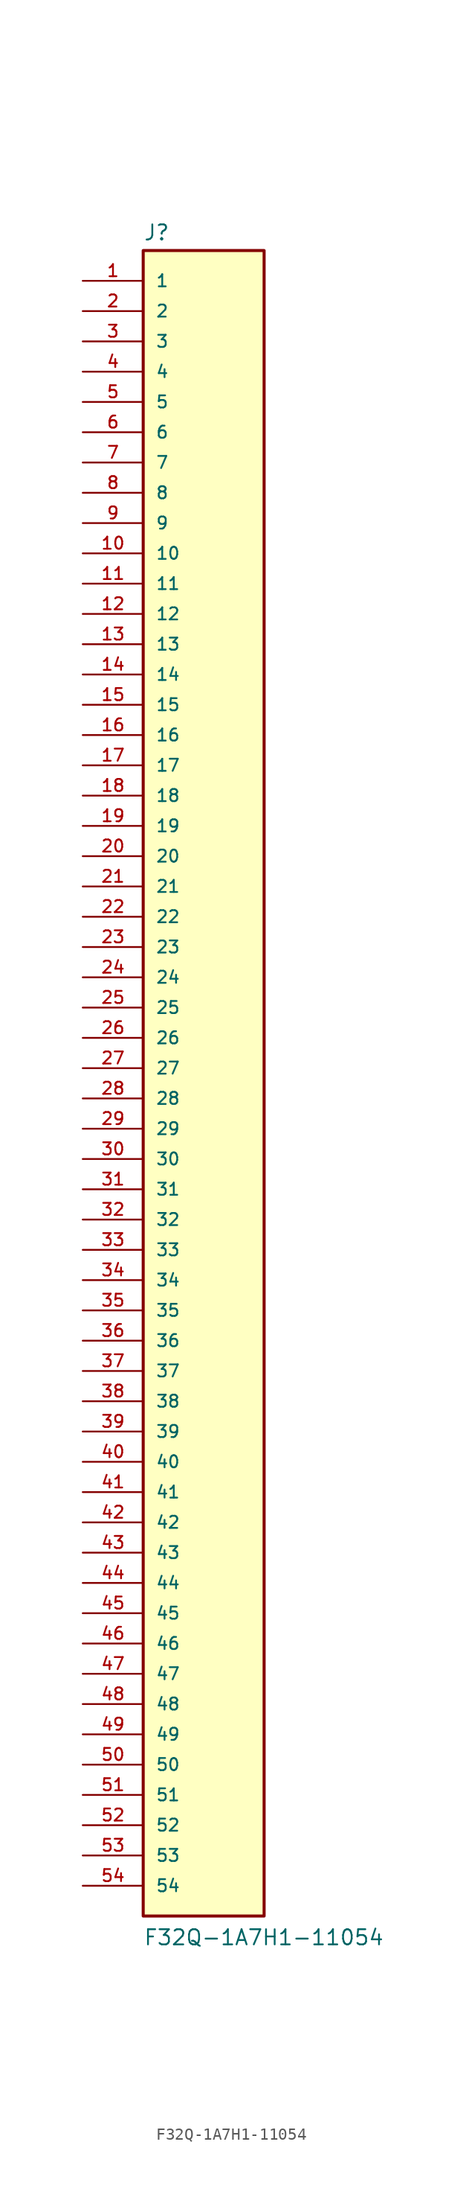
<source format=kicad_sym>
(kicad_symbol_lib
  (version 20211014)
  (generator kicad_symbol_editor)
  (symbol "F32Q-1A7H1-11054"
    (pin_names
      (offset 1.016))
    (property "Reference" "J"
      (at -5.08 69.342 0)
      (effects (font (size 1.27 1.27)) (justify bottom left)))
    (property "Value" "F32Q-1A7H1-11054"
      (at -5.08 -73.66 0)
      (effects (font (size 1.27 1.27)) (justify bottom left)))
    (symbol "F32Q-1A7H1-11054_0_0"
      (rectangle (start -5.08 -71.12) (end 5.08 68.58) (stroke (width 0.254)) (fill (type background)))
      (pin passive line (at -10.16 66.04 0) (length 5.08) (name "1" (effects (font (size 1.016 1.016)))) (number "1" (effects (font (size 1.016 1.016)))))
      (pin passive line (at -10.16 63.5 0) (length 5.08) (name "2" (effects (font (size 1.016 1.016)))) (number "2" (effects (font (size 1.016 1.016)))))
      (pin passive line (at -10.16 60.96 0) (length 5.08) (name "3" (effects (font (size 1.016 1.016)))) (number "3" (effects (font (size 1.016 1.016)))))
      (pin passive line (at -10.16 58.42 0) (length 5.08) (name "4" (effects (font (size 1.016 1.016)))) (number "4" (effects (font (size 1.016 1.016)))))
      (pin passive line (at -10.16 55.88 0) (length 5.08) (name "5" (effects (font (size 1.016 1.016)))) (number "5" (effects (font (size 1.016 1.016)))))
      (pin passive line (at -10.16 53.34 0) (length 5.08) (name "6" (effects (font (size 1.016 1.016)))) (number "6" (effects (font (size 1.016 1.016)))))
      (pin passive line (at -10.16 50.8 0) (length 5.08) (name "7" (effects (font (size 1.016 1.016)))) (number "7" (effects (font (size 1.016 1.016)))))
      (pin passive line (at -10.16 48.26 0) (length 5.08) (name "8" (effects (font (size 1.016 1.016)))) (number "8" (effects (font (size 1.016 1.016)))))
      (pin passive line (at -10.16 45.72 0) (length 5.08) (name "9" (effects (font (size 1.016 1.016)))) (number "9" (effects (font (size 1.016 1.016)))))
      (pin passive line (at -10.16 43.18 0) (length 5.08) (name "10" (effects (font (size 1.016 1.016)))) (number "10" (effects (font (size 1.016 1.016)))))
      (pin passive line (at -10.16 40.64 0) (length 5.08) (name "11" (effects (font (size 1.016 1.016)))) (number "11" (effects (font (size 1.016 1.016)))))
      (pin passive line (at -10.16 38.1 0) (length 5.08) (name "12" (effects (font (size 1.016 1.016)))) (number "12" (effects (font (size 1.016 1.016)))))
      (pin passive line (at -10.16 35.56 0) (length 5.08) (name "13" (effects (font (size 1.016 1.016)))) (number "13" (effects (font (size 1.016 1.016)))))
      (pin passive line (at -10.16 33.02 0) (length 5.08) (name "14" (effects (font (size 1.016 1.016)))) (number "14" (effects (font (size 1.016 1.016)))))
      (pin passive line (at -10.16 30.48 0) (length 5.08) (name "15" (effects (font (size 1.016 1.016)))) (number "15" (effects (font (size 1.016 1.016)))))
      (pin passive line (at -10.16 27.94 0) (length 5.08) (name "16" (effects (font (size 1.016 1.016)))) (number "16" (effects (font (size 1.016 1.016)))))
      (pin passive line (at -10.16 25.4 0) (length 5.08) (name "17" (effects (font (size 1.016 1.016)))) (number "17" (effects (font (size 1.016 1.016)))))
      (pin passive line (at -10.16 22.86 0) (length 5.08) (name "18" (effects (font (size 1.016 1.016)))) (number "18" (effects (font (size 1.016 1.016)))))
      (pin passive line (at -10.16 20.32 0) (length 5.08) (name "19" (effects (font (size 1.016 1.016)))) (number "19" (effects (font (size 1.016 1.016)))))
      (pin passive line (at -10.16 17.78 0) (length 5.08) (name "20" (effects (font (size 1.016 1.016)))) (number "20" (effects (font (size 1.016 1.016)))))
      (pin passive line (at -10.16 15.24 0) (length 5.08) (name "21" (effects (font (size 1.016 1.016)))) (number "21" (effects (font (size 1.016 1.016)))))
      (pin passive line (at -10.16 12.7 0) (length 5.08) (name "22" (effects (font (size 1.016 1.016)))) (number "22" (effects (font (size 1.016 1.016)))))
      (pin passive line (at -10.16 10.16 0) (length 5.08) (name "23" (effects (font (size 1.016 1.016)))) (number "23" (effects (font (size 1.016 1.016)))))
      (pin passive line (at -10.16 7.62 0) (length 5.08) (name "24" (effects (font (size 1.016 1.016)))) (number "24" (effects (font (size 1.016 1.016)))))
      (pin passive line (at -10.16 5.08 0) (length 5.08) (name "25" (effects (font (size 1.016 1.016)))) (number "25" (effects (font (size 1.016 1.016)))))
      (pin passive line (at -10.16 2.54 0) (length 5.08) (name "26" (effects (font (size 1.016 1.016)))) (number "26" (effects (font (size 1.016 1.016)))))
      (pin passive line (at -10.16 0.0 0) (length 5.08) (name "27" (effects (font (size 1.016 1.016)))) (number "27" (effects (font (size 1.016 1.016)))))
      (pin passive line (at -10.16 -2.54 0) (length 5.08) (name "28" (effects (font (size 1.016 1.016)))) (number "28" (effects (font (size 1.016 1.016)))))
      (pin passive line (at -10.16 -5.08 0) (length 5.08) (name "29" (effects (font (size 1.016 1.016)))) (number "29" (effects (font (size 1.016 1.016)))))
      (pin passive line (at -10.16 -7.62 0) (length 5.08) (name "30" (effects (font (size 1.016 1.016)))) (number "30" (effects (font (size 1.016 1.016)))))
      (pin passive line (at -10.16 -10.16 0) (length 5.08) (name "31" (effects (font (size 1.016 1.016)))) (number "31" (effects (font (size 1.016 1.016)))))
      (pin passive line (at -10.16 -12.7 0) (length 5.08) (name "32" (effects (font (size 1.016 1.016)))) (number "32" (effects (font (size 1.016 1.016)))))
      (pin passive line (at -10.16 -15.24 0) (length 5.08) (name "33" (effects (font (size 1.016 1.016)))) (number "33" (effects (font (size 1.016 1.016)))))
      (pin passive line (at -10.16 -17.78 0) (length 5.08) (name "34" (effects (font (size 1.016 1.016)))) (number "34" (effects (font (size 1.016 1.016)))))
      (pin passive line (at -10.16 -20.32 0) (length 5.08) (name "35" (effects (font (size 1.016 1.016)))) (number "35" (effects (font (size 1.016 1.016)))))
      (pin passive line (at -10.16 -22.86 0) (length 5.08) (name "36" (effects (font (size 1.016 1.016)))) (number "36" (effects (font (size 1.016 1.016)))))
      (pin passive line (at -10.16 -25.4 0) (length 5.08) (name "37" (effects (font (size 1.016 1.016)))) (number "37" (effects (font (size 1.016 1.016)))))
      (pin passive line (at -10.16 -27.94 0) (length 5.08) (name "38" (effects (font (size 1.016 1.016)))) (number "38" (effects (font (size 1.016 1.016)))))
      (pin passive line (at -10.16 -30.48 0) (length 5.08) (name "39" (effects (font (size 1.016 1.016)))) (number "39" (effects (font (size 1.016 1.016)))))
      (pin passive line (at -10.16 -33.02 0) (length 5.08) (name "40" (effects (font (size 1.016 1.016)))) (number "40" (effects (font (size 1.016 1.016)))))
      (pin passive line (at -10.16 -35.56 0) (length 5.08) (name "41" (effects (font (size 1.016 1.016)))) (number "41" (effects (font (size 1.016 1.016)))))
      (pin passive line (at -10.16 -38.1 0) (length 5.08) (name "42" (effects (font (size 1.016 1.016)))) (number "42" (effects (font (size 1.016 1.016)))))
      (pin passive line (at -10.16 -40.64 0) (length 5.08) (name "43" (effects (font (size 1.016 1.016)))) (number "43" (effects (font (size 1.016 1.016)))))
      (pin passive line (at -10.16 -43.18 0) (length 5.08) (name "44" (effects (font (size 1.016 1.016)))) (number "44" (effects (font (size 1.016 1.016)))))
      (pin passive line (at -10.16 -45.72 0) (length 5.08) (name "45" (effects (font (size 1.016 1.016)))) (number "45" (effects (font (size 1.016 1.016)))))
      (pin passive line (at -10.16 -48.26 0) (length 5.08) (name "46" (effects (font (size 1.016 1.016)))) (number "46" (effects (font (size 1.016 1.016)))))
      (pin passive line (at -10.16 -50.8 0) (length 5.08) (name "47" (effects (font (size 1.016 1.016)))) (number "47" (effects (font (size 1.016 1.016)))))
      (pin passive line (at -10.16 -53.34 0) (length 5.08) (name "48" (effects (font (size 1.016 1.016)))) (number "48" (effects (font (size 1.016 1.016)))))
      (pin passive line (at -10.16 -55.88 0) (length 5.08) (name "49" (effects (font (size 1.016 1.016)))) (number "49" (effects (font (size 1.016 1.016)))))
      (pin passive line (at -10.16 -58.42 0) (length 5.08) (name "50" (effects (font (size 1.016 1.016)))) (number "50" (effects (font (size 1.016 1.016)))))
      (pin passive line (at -10.16 -60.96 0) (length 5.08) (name "51" (effects (font (size 1.016 1.016)))) (number "51" (effects (font (size 1.016 1.016)))))
      (pin passive line (at -10.16 -63.5 0) (length 5.08) (name "52" (effects (font (size 1.016 1.016)))) (number "52" (effects (font (size 1.016 1.016)))))
      (pin passive line (at -10.16 -66.04 0) (length 5.08) (name "53" (effects (font (size 1.016 1.016)))) (number "53" (effects (font (size 1.016 1.016)))))
      (pin passive line (at -10.16 -68.58 0) (length 5.08) (name "54" (effects (font (size 1.016 1.016)))) (number "54" (effects (font (size 1.016 1.016))))))))
</source>
